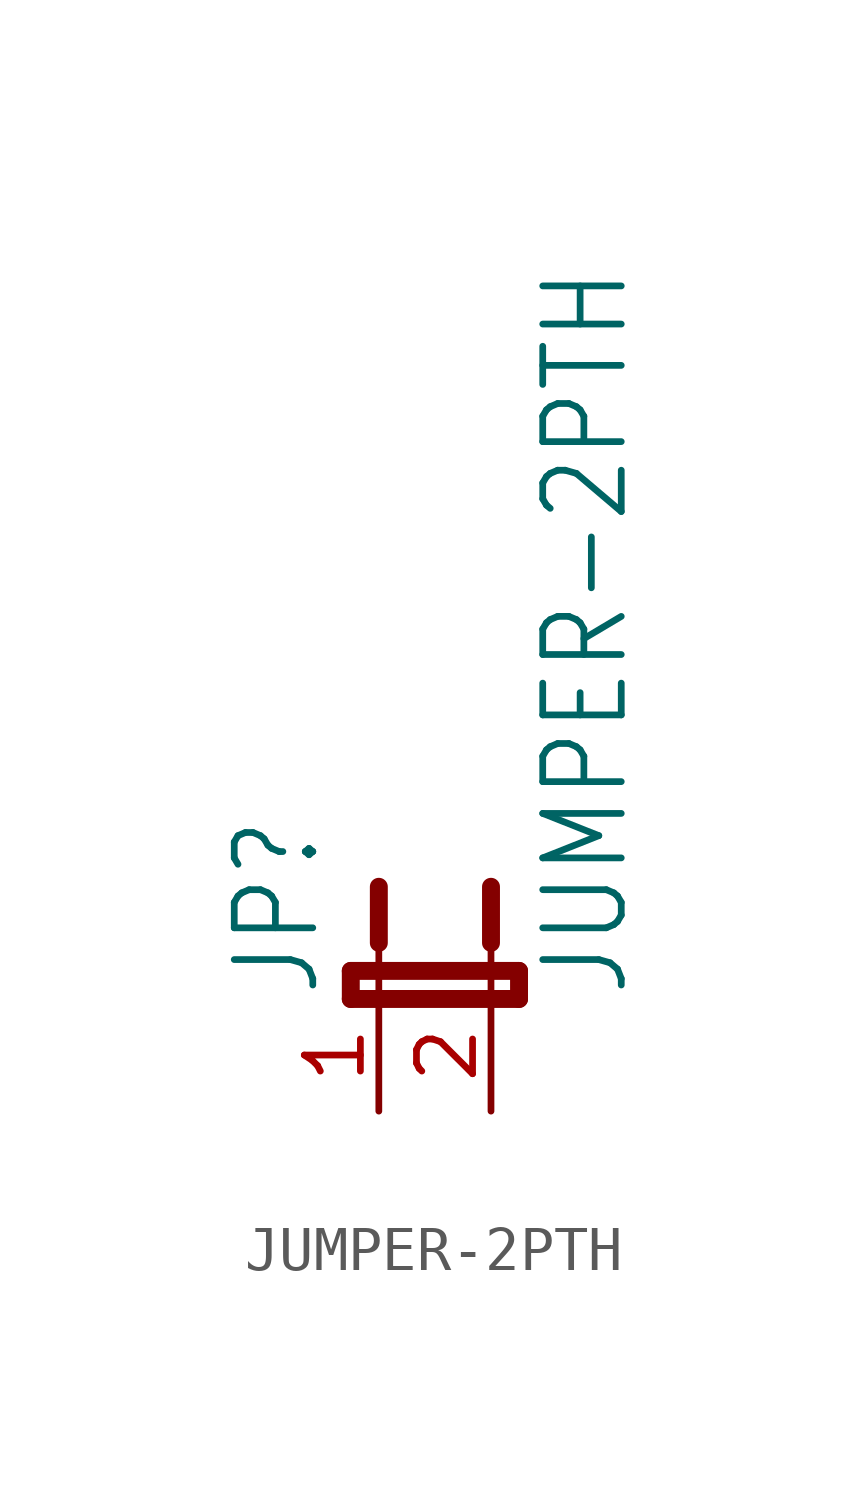
<source format=kicad_sym>
(kicad_symbol_lib
  (version 20211014)
  (generator kicad_symbol_editor)
  (symbol "JUMPER-2PTH"
    (property "Reference" "JP"
      (at -1.27 0 90)
      (effects (font (size 1.778 1.511)) (justify left bottom)))
    (property "Value" "JUMPER-2PTH"
      (at 5.715 0 90)
      (effects (font (size 1.778 1.511)) (justify left bottom)))
    (property "ki_locked" ""
      (at 0 0 0)
      (effects (font (size 1.27 1.27))))
    (symbol "JUMPER-2PTH_1_0"
      (polyline (pts (xy -0.635 0) (xy 3.175 0)) (stroke (width 0.406) (type default) (color 0 0 0 0)) (fill (type none)))
      (polyline (pts (xy -0.635 0.635) (xy -0.635 0)) (stroke (width 0.406) (type default) (color 0 0 0 0)) (fill (type none)))
      (polyline (pts (xy 0 0) (xy 0 1.27)) (stroke (width 0.152) (type default) (color 0 0 0 0)) (fill (type none)))
      (polyline (pts (xy 0 2.54) (xy 0 1.27)) (stroke (width 0.406) (type default) (color 0 0 0 0)) (fill (type none)))
      (polyline (pts (xy 2.54 0) (xy 2.54 1.27)) (stroke (width 0.152) (type default) (color 0 0 0 0)) (fill (type none)))
      (polyline (pts (xy 2.54 2.54) (xy 2.54 1.27)) (stroke (width 0.406) (type default) (color 0 0 0 0)) (fill (type none)))
      (polyline (pts (xy 3.175 0) (xy 3.175 0.635)) (stroke (width 0.406) (type default) (color 0 0 0 0)) (fill (type none)))
      (polyline (pts (xy 3.175 0.635) (xy -0.635 0.635)) (stroke (width 0.406) (type default) (color 0 0 0 0)) (fill (type none)))
      (pin passive line (at 0 -2.54 90) (length 2.54) (name "1" (effects (font (size 0 0)))) (number "1" (effects (font (size 1.27 1.27)))))
      (pin passive line (at 2.54 -2.54 90) (length 2.54) (name "2" (effects (font (size 0 0)))) (number "2" (effects (font (size 1.27 1.27))))))))
</source>
